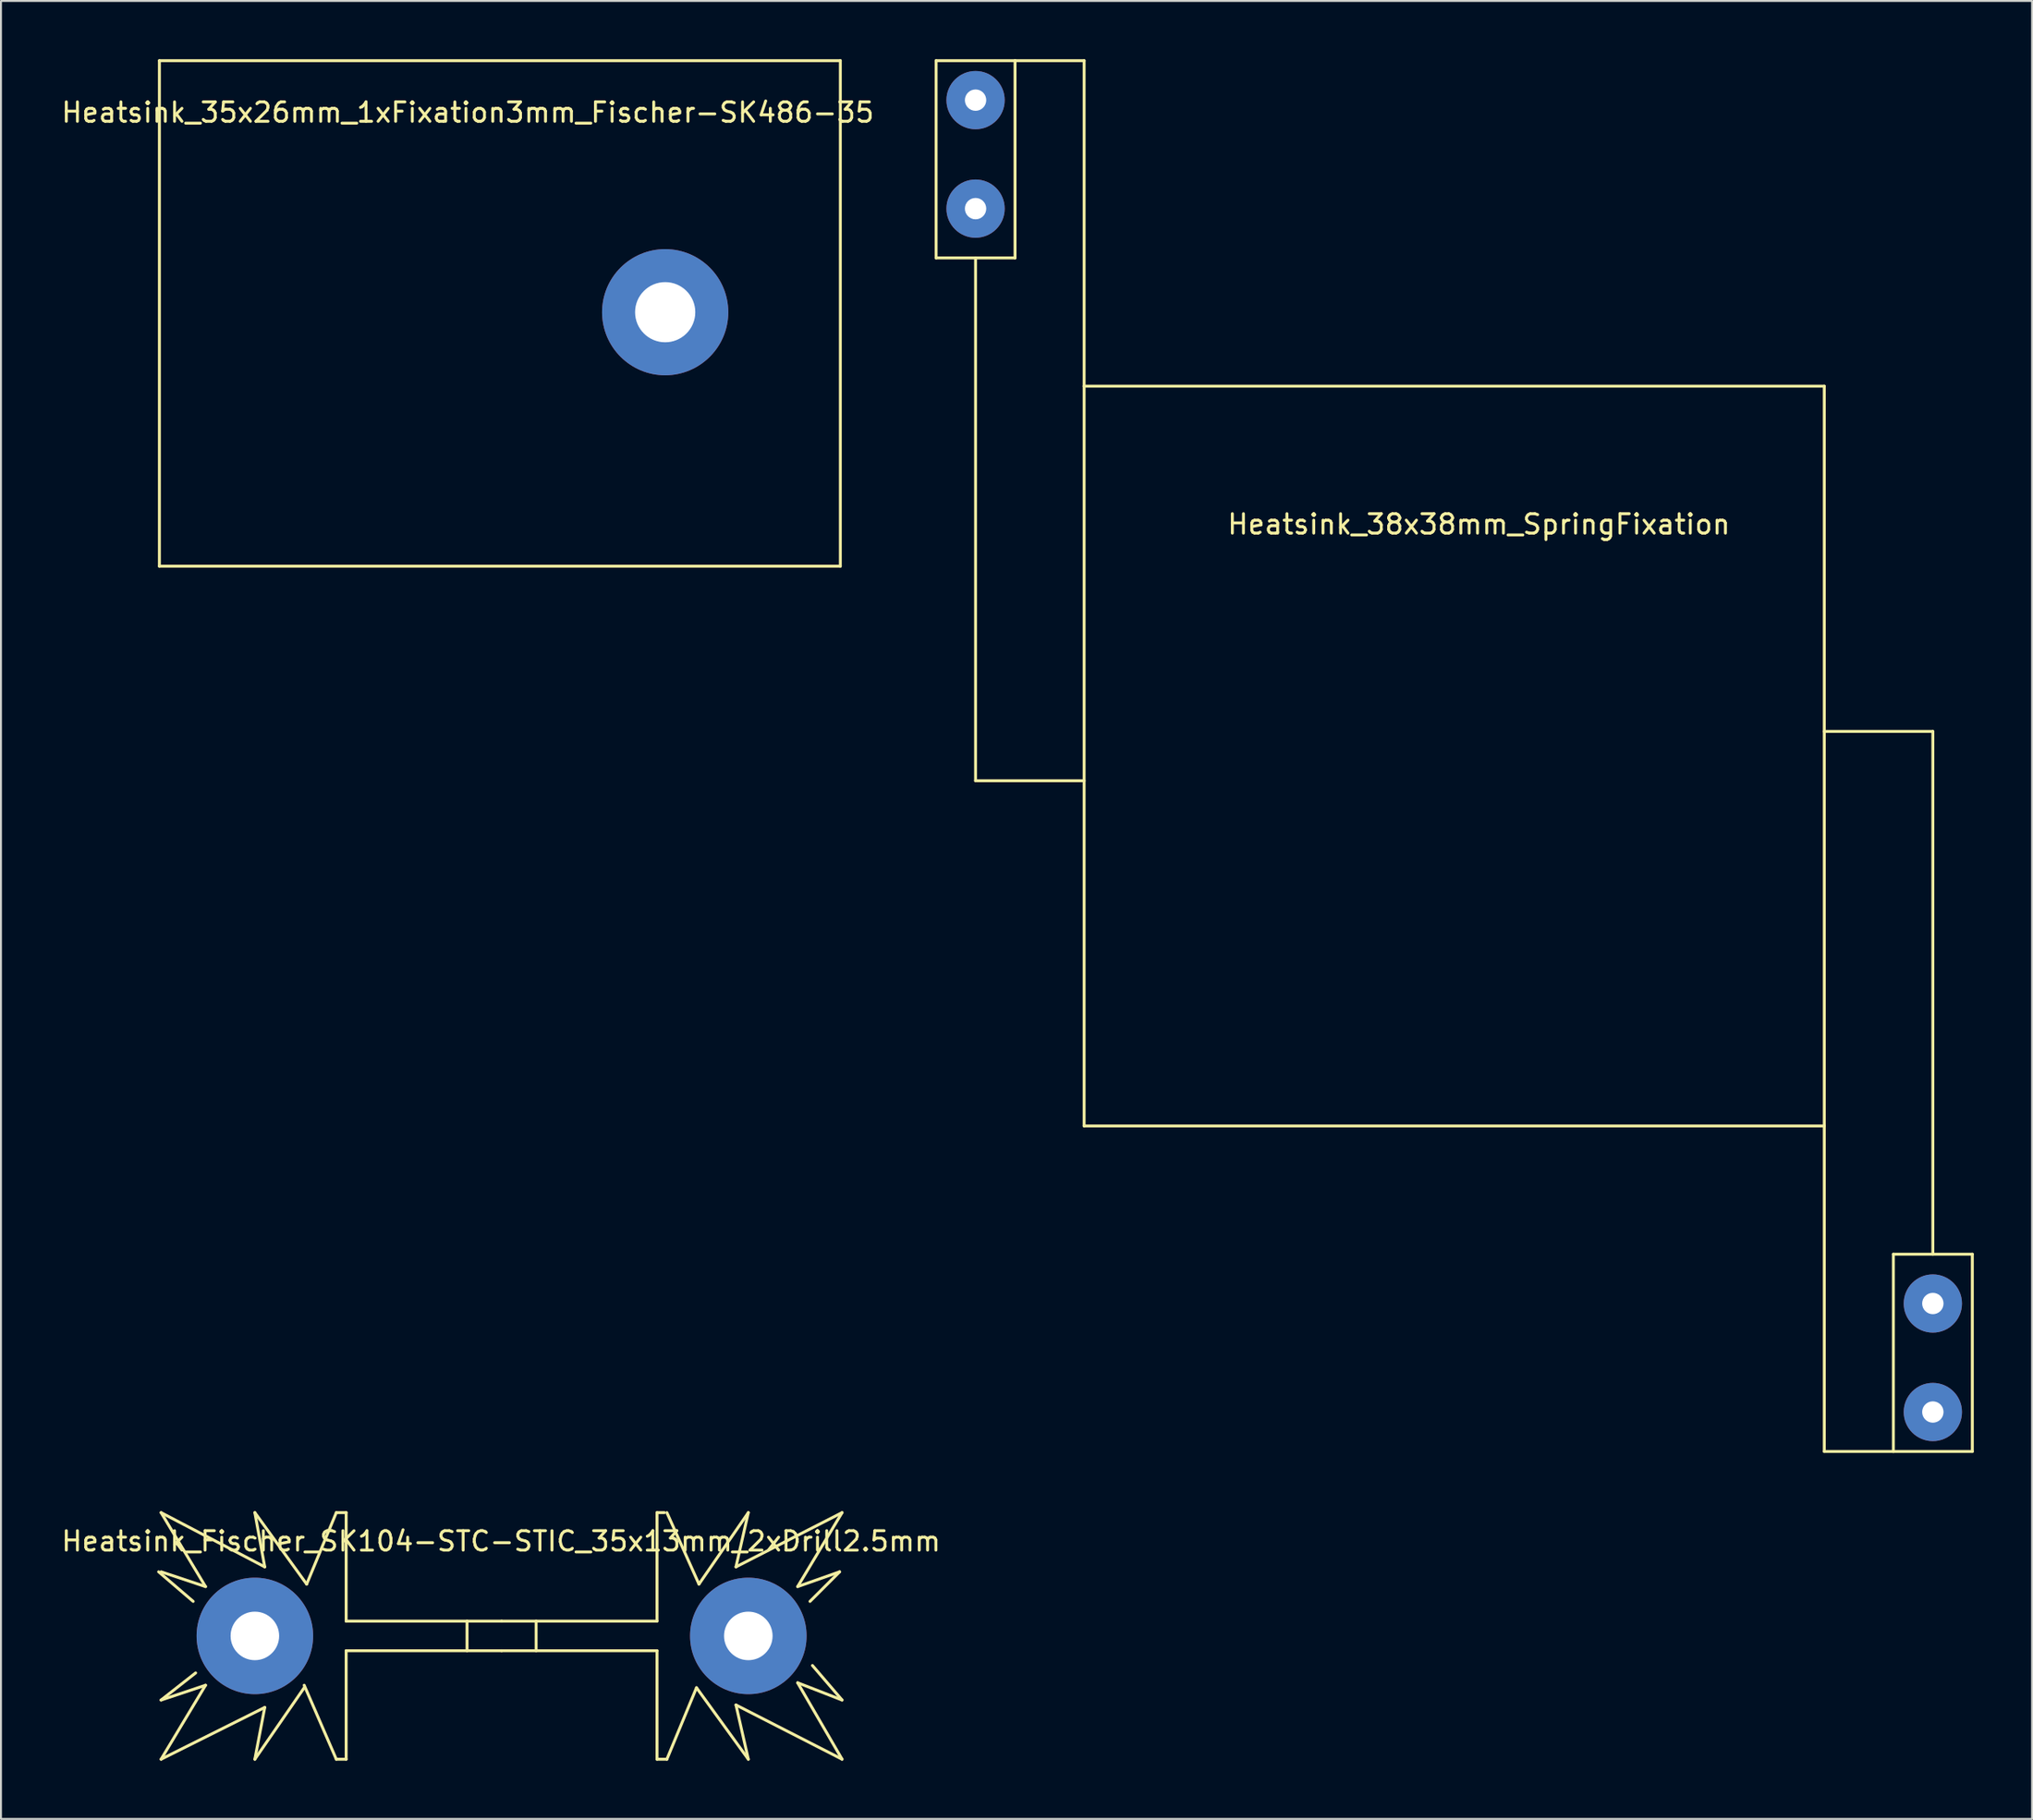
<source format=kicad_pcb>
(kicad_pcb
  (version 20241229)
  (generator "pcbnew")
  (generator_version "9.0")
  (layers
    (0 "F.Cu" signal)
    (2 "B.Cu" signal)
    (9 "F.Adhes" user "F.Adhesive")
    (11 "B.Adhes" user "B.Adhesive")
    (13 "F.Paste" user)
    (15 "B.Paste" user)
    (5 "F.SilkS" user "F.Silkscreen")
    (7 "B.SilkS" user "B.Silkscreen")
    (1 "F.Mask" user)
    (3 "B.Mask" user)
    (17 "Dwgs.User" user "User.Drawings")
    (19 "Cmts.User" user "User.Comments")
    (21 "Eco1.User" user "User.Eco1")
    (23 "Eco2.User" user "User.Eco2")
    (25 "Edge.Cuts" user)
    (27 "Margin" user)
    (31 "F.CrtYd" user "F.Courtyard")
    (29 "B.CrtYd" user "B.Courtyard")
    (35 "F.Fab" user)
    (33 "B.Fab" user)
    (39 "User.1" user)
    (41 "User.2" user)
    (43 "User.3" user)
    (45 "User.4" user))
  (footprint "Heatsink_38x38mm_SpringFixation"
    (layer "F.Cu")
    (at 52.755 54.939)
    (property "Reference" "Heatsink_38x38mm_SpringFixation" (at 20.32 -30.988 0) (layer "F.SilkS") (effects (font (size 1 1) (thickness 0.15))))
    (attr through_hole)
    (fp_line (start -7.62 -54.864) (end -7.62 -44.704) (stroke (width 0.15) (type solid)) (layer "F.SilkS"))
    (fp_line (start -7.62 -44.704) (end -3.556 -44.704) (stroke (width 0.15) (type solid)) (layer "F.SilkS"))
    (fp_line (start -5.588 -17.78) (end -5.588 -44.704) (stroke (width 0.15) (type solid)) (layer "F.SilkS"))
    (fp_line (start -3.556 -54.864) (end -7.62 -54.864) (stroke (width 0.15) (type solid)) (layer "F.SilkS"))
    (fp_line (start -3.556 -54.864) (end 0 -54.864) (stroke (width 0.15) (type solid)) (layer "F.SilkS"))
    (fp_line (start -3.556 -44.704) (end -3.556 -54.864) (stroke (width 0.15) (type solid)) (layer "F.SilkS"))
    (fp_line (start 0 -54.864) (end 0 -38.1) (stroke (width 0.15) (type solid)) (layer "F.SilkS"))
    (fp_line (start 0 -38.1) (end 0 0) (stroke (width 0.15) (type solid)) (layer "F.SilkS"))
    (fp_line (start 0 -17.78) (end -5.588 -17.78) (stroke (width 0.15) (type solid)) (layer "F.SilkS"))
    (fp_line (start 0 0) (end 38.1 0) (stroke (width 0.15) (type solid)) (layer "F.SilkS"))
    (fp_line (start 38.1 -38.1) (end 0 -38.1) (stroke (width 0.15) (type solid)) (layer "F.SilkS"))
    (fp_line (start 38.1 -20.32) (end 43.688 -20.32) (stroke (width 0.15) (type solid)) (layer "F.SilkS"))
    (fp_line (start 38.1 0) (end 38.1 -38.1) (stroke (width 0.15) (type solid)) (layer "F.SilkS"))
    (fp_line (start 38.1 16.764) (end 38.1 0) (stroke (width 0.15) (type solid)) (layer "F.SilkS"))
    (fp_line (start 41.656 6.604) (end 41.656 16.764) (stroke (width 0.15) (type solid)) (layer "F.SilkS"))
    (fp_line (start 41.656 16.764) (end 38.1 16.764) (stroke (width 0.15) (type solid)) (layer "F.SilkS"))
    (fp_line (start 43.688 -20.32) (end 43.688 6.604) (stroke (width 0.15) (type solid)) (layer "F.SilkS"))
    (fp_line (start 45.72 6.604) (end 41.656 6.604) (stroke (width 0.15) (type solid)) (layer "F.SilkS"))
    (fp_line (start 45.72 6.604) (end 45.72 16.764) (stroke (width 0.15) (type solid)) (layer "F.SilkS"))
    (fp_line (start 45.72 16.764) (end 41.656 16.764) (stroke (width 0.15) (type solid)) (layer "F.SilkS"))
    (pad "1" thru_hole circle (at -5.588 -52.832) (size 3 3) (drill 1.1) (layers "*.Cu" "*.Mask"))
    (pad "1" thru_hole circle (at -5.588 -47.244) (size 3 3) (drill 1.1) (layers "*.Cu" "*.Mask"))
    (pad "1" thru_hole circle (at 43.688 9.144) (size 3 3) (drill 1.1) (layers "*.Cu" "*.Mask"))
    (pad "1" thru_hole circle (at 43.688 14.732) (size 3 3) (drill 1.1) (layers "*.Cu" "*.Mask")))
  (footprint "Heatsink_35x26mm_1xFixation3mm_Fischer-SK486-35"
    (layer "F.Cu")
    (at 5.155 26.11)
    (property "Reference" "Heatsink_35x26mm_1xFixation3mm_Fischer-SK486-35" (at 15.875 -23.368 0) (layer "F.SilkS") (effects (font (size 1 1) (thickness 0.15))))
    (attr through_hole)
    (fp_line (start 0 -26.035) (end 0 0) (stroke (width 0.15) (type solid)) (layer "F.SilkS"))
    (fp_line (start 0 0) (end 35.052 0) (stroke (width 0.15) (type solid)) (layer "F.SilkS"))
    (fp_line (start 35.052 -26.035) (end 0 -26.035) (stroke (width 0.15) (type solid)) (layer "F.SilkS"))
    (fp_line (start 35.052 0) (end 35.052 -26.035) (stroke (width 0.15) (type solid)) (layer "F.SilkS"))
    (pad "1" thru_hole circle (at 26.035 -13.081) (size 6.497 6.497) (drill 3.099) (layers "*.Cu" "*.Mask")))
  (footprint "Heatsink_Fischer_SK104-STC-STIC_35x13mm_2xDrill2.5mm"
    (layer "F.Cu")
    (at 22.769 81.203)
    (property "Reference" "Heatsink_Fischer_SK104-STC-STIC_35x13mm_2xDrill2.5mm" (at -0.025 -4.875 0) (layer "F.SilkS") (effects (font (size 1 1) (thickness 0.15))))
    (attr through_hole)
    (fp_line (start -17.653 -3.302) (end -15.875 -1.778) (stroke (width 0.15) (type solid)) (layer "F.SilkS"))
    (fp_line (start -17.526 -3.302) (end -15.24 -2.54) (stroke (width 0.15) (type solid)) (layer "F.SilkS"))
    (fp_line (start -17.526 3.302) (end -15.748 1.905) (stroke (width 0.15) (type solid)) (layer "F.SilkS"))
    (fp_line (start -17.526 3.302) (end -15.24 2.54) (stroke (width 0.15) (type solid)) (layer "F.SilkS"))
    (fp_line (start -15.24 -2.54) (end -17.526 -6.35) (stroke (width 0.15) (type solid)) (layer "F.SilkS"))
    (fp_line (start -15.24 2.54) (end -17.526 6.35) (stroke (width 0.15) (type solid)) (layer "F.SilkS"))
    (fp_line (start -12.7 -6.35) (end -12.192 -3.556) (stroke (width 0.15) (type solid)) (layer "F.SilkS"))
    (fp_line (start -12.7 6.35) (end -12.192 3.683) (stroke (width 0.15) (type solid)) (layer "F.SilkS"))
    (fp_line (start -12.192 -3.556) (end -17.526 -6.35) (stroke (width 0.15) (type solid)) (layer "F.SilkS"))
    (fp_line (start -12.192 3.683) (end -17.526 6.35) (stroke (width 0.15) (type solid)) (layer "F.SilkS"))
    (fp_line (start -10.16 2.667) (end -12.7 6.35) (stroke (width 0.15) (type solid)) (layer "F.SilkS"))
    (fp_line (start -10.033 -2.667) (end -12.7 -6.35) (stroke (width 0.15) (type solid)) (layer "F.SilkS"))
    (fp_line (start -8.509 -6.35) (end -10.033 -2.667) (stroke (width 0.15) (type solid)) (layer "F.SilkS"))
    (fp_line (start -8.509 6.35) (end -10.16 2.54) (stroke (width 0.15) (type solid)) (layer "F.SilkS"))
    (fp_line (start -8.509 6.35) (end -8.001 6.35) (stroke (width 0.15) (type solid)) (layer "F.SilkS"))
    (fp_line (start -8.001 -6.35) (end -8.509 -6.35) (stroke (width 0.15) (type solid)) (layer "F.SilkS"))
    (fp_line (start -8.001 -0.762) (end -8.001 -6.35) (stroke (width 0.15) (type solid)) (layer "F.SilkS"))
    (fp_line (start -8.001 0.762) (end -8.001 6.35) (stroke (width 0.15) (type solid)) (layer "F.SilkS"))
    (fp_line (start -1.778 -0.762) (end -1.778 0.762) (stroke (width 0.15) (type solid)) (layer "F.SilkS"))
    (fp_line (start 0 -0.762) (end -8.001 -0.762) (stroke (width 0.15) (type solid)) (layer "F.SilkS"))
    (fp_line (start 0 -0.762) (end 8.001 -0.762) (stroke (width 0.15) (type solid)) (layer "F.SilkS"))
    (fp_line (start 0 0.762) (end -8.001 0.762) (stroke (width 0.15) (type solid)) (layer "F.SilkS"))
    (fp_line (start 0 0.762) (end 8.001 0.762) (stroke (width 0.15) (type solid)) (layer "F.SilkS"))
    (fp_line (start 1.778 -0.762) (end 1.778 0.762) (stroke (width 0.15) (type solid)) (layer "F.SilkS"))
    (fp_line (start 8.001 -6.35) (end 8.382 -6.35) (stroke (width 0.15) (type solid)) (layer "F.SilkS"))
    (fp_line (start 8.001 -0.762) (end 8.001 -6.35) (stroke (width 0.15) (type solid)) (layer "F.SilkS"))
    (fp_line (start 8.001 0.762) (end 8.001 6.35) (stroke (width 0.15) (type solid)) (layer "F.SilkS"))
    (fp_line (start 8.001 6.35) (end 8.509 6.35) (stroke (width 0.15) (type solid)) (layer "F.SilkS"))
    (fp_line (start 8.509 -6.35) (end 10.16 -2.667) (stroke (width 0.15) (type solid)) (layer "F.SilkS"))
    (fp_line (start 8.509 6.35) (end 10.033 2.667) (stroke (width 0.15) (type solid)) (layer "F.SilkS"))
    (fp_line (start 10.033 2.667) (end 12.7 6.35) (stroke (width 0.15) (type solid)) (layer "F.SilkS"))
    (fp_line (start 10.16 -2.667) (end 12.7 -6.35) (stroke (width 0.15) (type solid)) (layer "F.SilkS"))
    (fp_line (start 12.065 -3.556) (end 12.7 -6.35) (stroke (width 0.15) (type solid)) (layer "F.SilkS"))
    (fp_line (start 12.065 3.556) (end 17.526 6.35) (stroke (width 0.15) (type solid)) (layer "F.SilkS"))
    (fp_line (start 12.7 6.35) (end 12.065 3.556) (stroke (width 0.15) (type solid)) (layer "F.SilkS"))
    (fp_line (start 15.24 -2.54) (end 17.399 -3.302) (stroke (width 0.15) (type solid)) (layer "F.SilkS"))
    (fp_line (start 15.24 2.413) (end 17.526 3.302) (stroke (width 0.15) (type solid)) (layer "F.SilkS"))
    (fp_line (start 17.399 -3.302) (end 15.875 -1.778) (stroke (width 0.15) (type solid)) (layer "F.SilkS"))
    (fp_line (start 17.526 -6.35) (end 12.065 -3.556) (stroke (width 0.15) (type solid)) (layer "F.SilkS"))
    (fp_line (start 17.526 -6.35) (end 15.24 -2.54) (stroke (width 0.15) (type solid)) (layer "F.SilkS"))
    (fp_line (start 17.526 3.302) (end 16.002 1.524) (stroke (width 0.15) (type solid)) (layer "F.SilkS"))
    (fp_line (start 17.526 6.35) (end 15.24 2.413) (stroke (width 0.15) (type solid)) (layer "F.SilkS"))
    (pad "1" thru_hole circle (at -12.7 0) (size 5.999 5.999) (drill 2.499) (layers "*.Cu" "*.Mask"))
    (pad "1" thru_hole circle (at 12.7 0) (size 5.999 5.999) (drill 2.499) (layers "*.Cu" "*.Mask")))
  (gr_rect
    (start -3 -3)
    (end 101.55 90.628)
    (stroke (width 0.1) (type default))
    (fill no)
    (layer "Edge.Cuts")))
</source>
